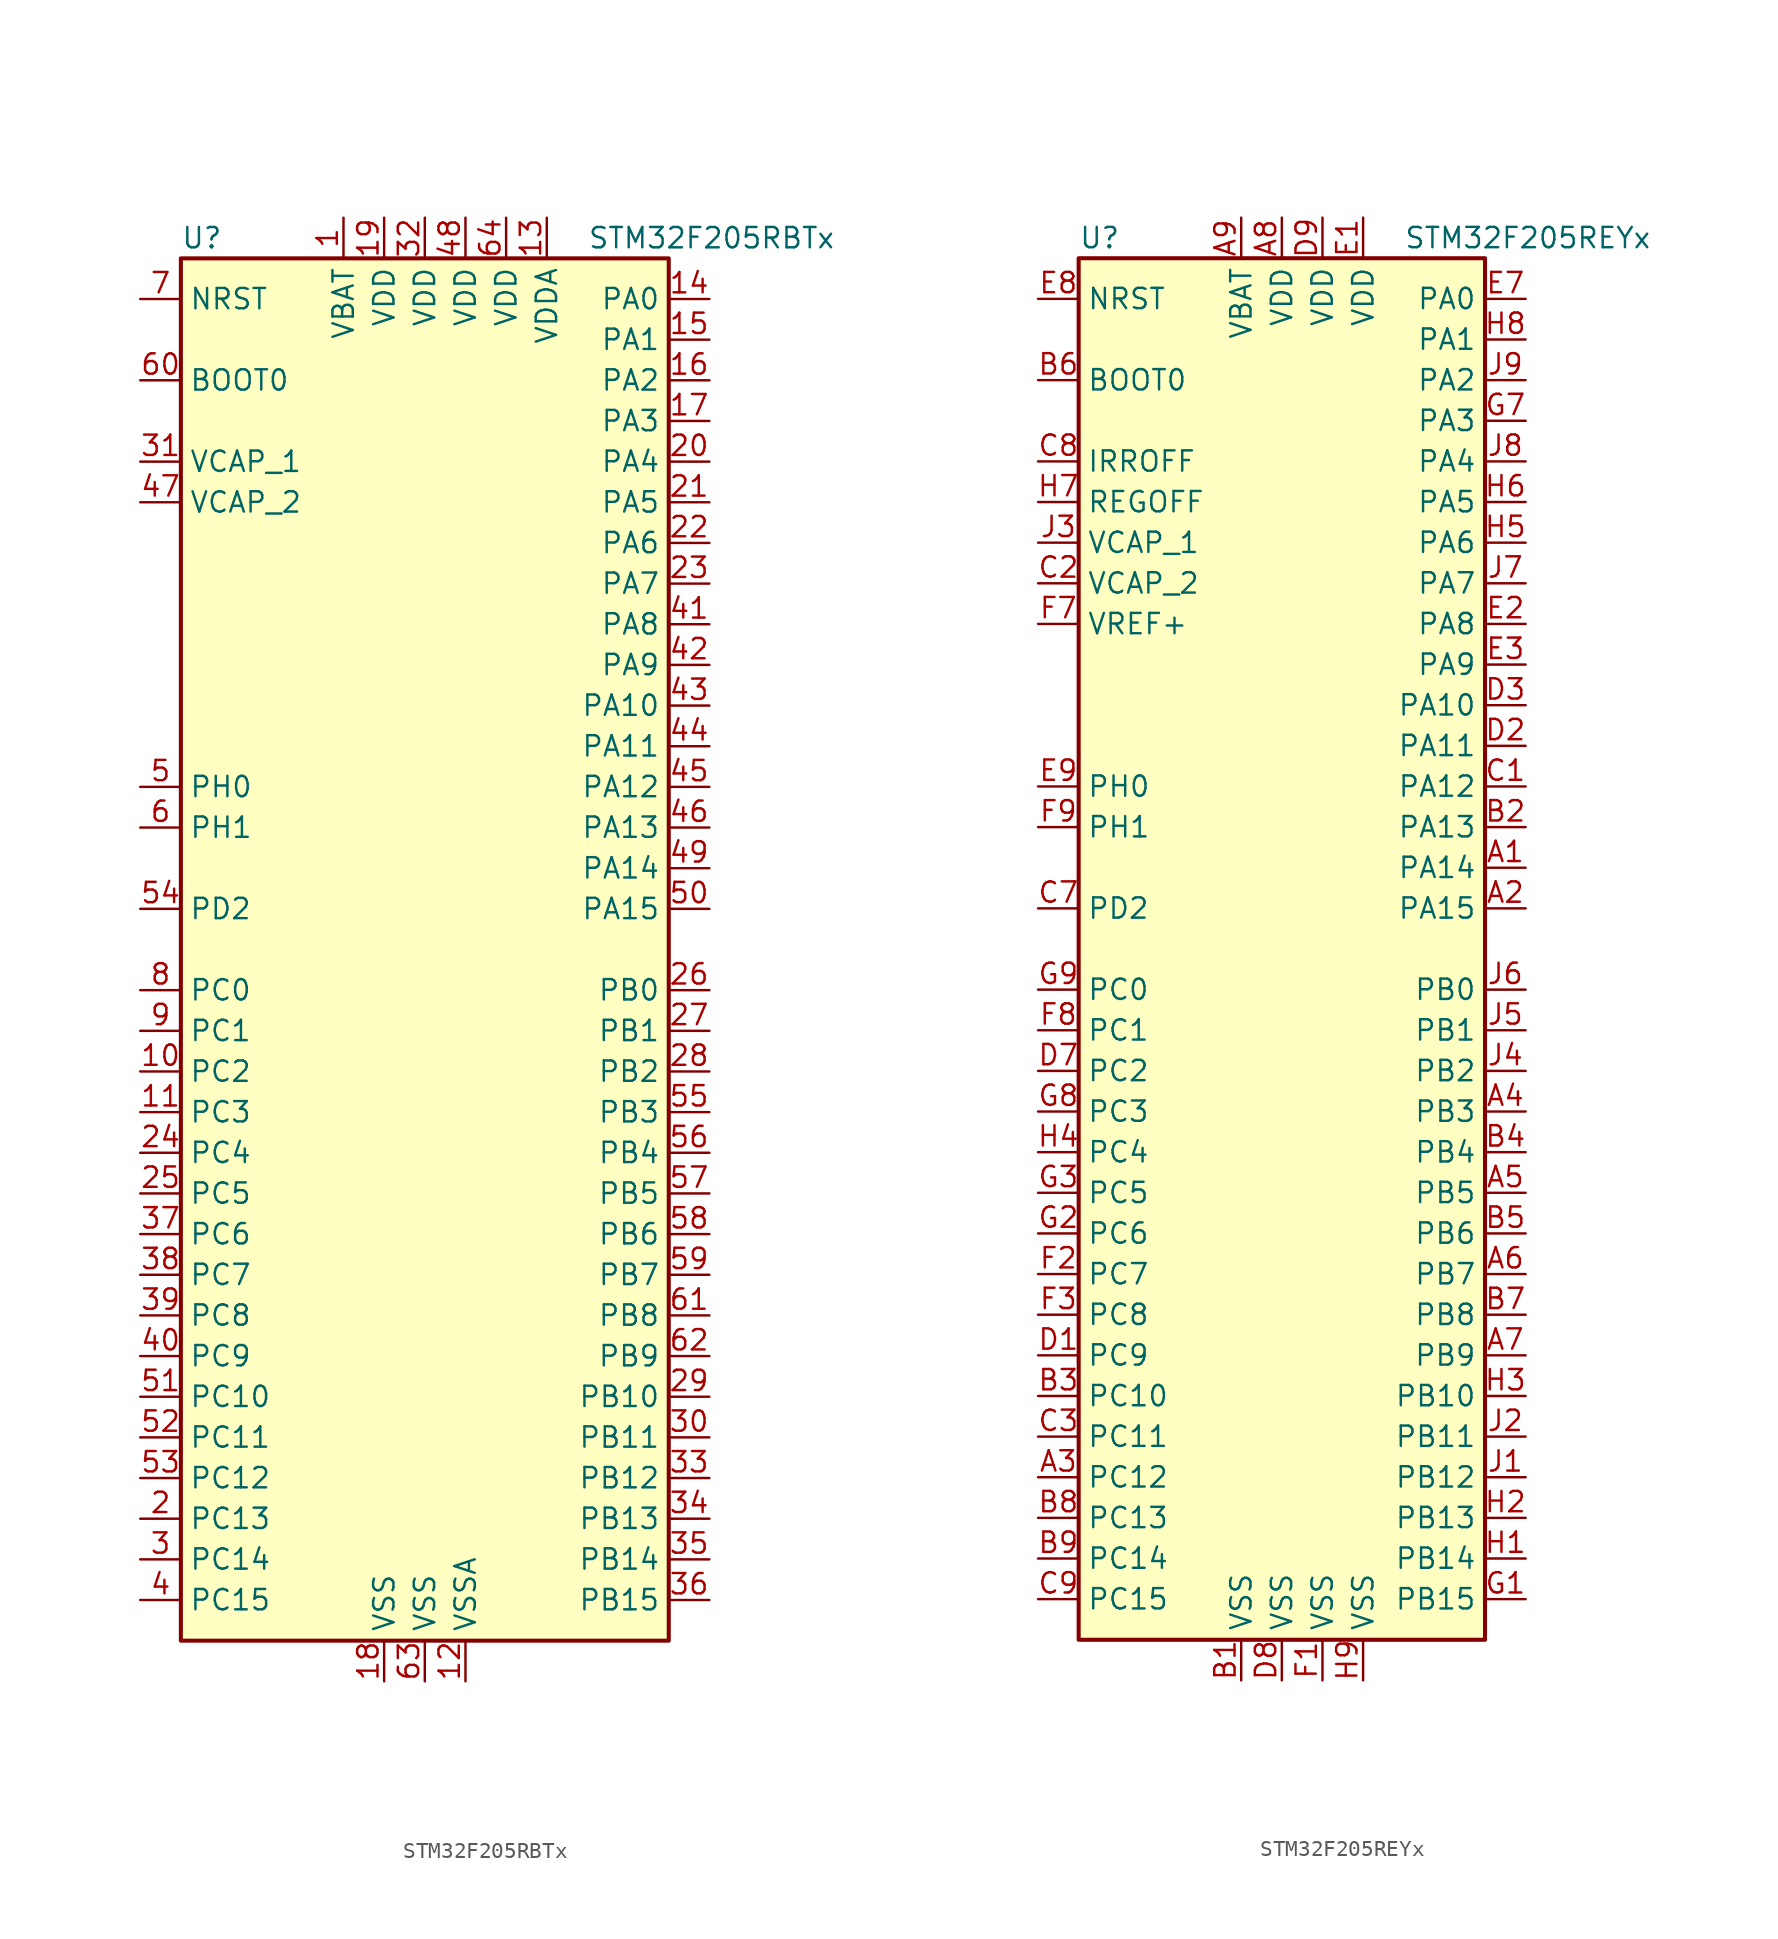
<source format=kicad_sym>
(kicad_symbol_lib
  (version 20201005)
  (generator kicad_symbol_editor)
  (symbol "MCU_ST_STM32F2:STM32F205RBTx"
    (property "Reference" "U"
      (at -15.24 44.45 0)
      (effects (font (size 1.27 1.27)) (justify left)))
    (property "Value" "STM32F205RBTx"
      (at 10.16 44.45 0)
      (effects (font (size 1.27 1.27)) (justify left)))
    (symbol "STM32F205RBTx_0_1"
      (rectangle (start -15.24 -43.18) (end 15.24 43.18) (stroke (width 0.254)) (fill (type background))))
    (symbol "STM32F205RBTx_1_1"
      (pin input line (at -17.78 35.56 0) (length 2.54) (name "BOOT0" (effects (font (size 1.27 1.27)))) (number "60" (effects (font (size 1.27 1.27)))))
      (pin input line (at -17.78 40.64 0) (length 2.54) (name "NRST" (effects (font (size 1.27 1.27)))) (number "7" (effects (font (size 1.27 1.27)))))
      (pin bidirectional line (at 17.78 40.64 180) (length 2.54) (name "PA0" (effects (font (size 1.27 1.27)))) (number "14" (effects (font (size 1.27 1.27)))))
      (pin bidirectional line (at 17.78 38.1 180) (length 2.54) (name "PA1" (effects (font (size 1.27 1.27)))) (number "15" (effects (font (size 1.27 1.27)))))
      (pin bidirectional line (at 17.78 15.24 180) (length 2.54) (name "PA10" (effects (font (size 1.27 1.27)))) (number "43" (effects (font (size 1.27 1.27)))))
      (pin bidirectional line (at 17.78 12.7 180) (length 2.54) (name "PA11" (effects (font (size 1.27 1.27)))) (number "44" (effects (font (size 1.27 1.27)))))
      (pin bidirectional line (at 17.78 10.16 180) (length 2.54) (name "PA12" (effects (font (size 1.27 1.27)))) (number "45" (effects (font (size 1.27 1.27)))))
      (pin bidirectional line (at 17.78 7.62 180) (length 2.54) (name "PA13" (effects (font (size 1.27 1.27)))) (number "46" (effects (font (size 1.27 1.27)))))
      (pin bidirectional line (at 17.78 5.08 180) (length 2.54) (name "PA14" (effects (font (size 1.27 1.27)))) (number "49" (effects (font (size 1.27 1.27)))))
      (pin bidirectional line (at 17.78 2.54 180) (length 2.54) (name "PA15" (effects (font (size 1.27 1.27)))) (number "50" (effects (font (size 1.27 1.27)))))
      (pin bidirectional line (at 17.78 35.56 180) (length 2.54) (name "PA2" (effects (font (size 1.27 1.27)))) (number "16" (effects (font (size 1.27 1.27)))))
      (pin bidirectional line (at 17.78 33.02 180) (length 2.54) (name "PA3" (effects (font (size 1.27 1.27)))) (number "17" (effects (font (size 1.27 1.27)))))
      (pin bidirectional line (at 17.78 30.48 180) (length 2.54) (name "PA4" (effects (font (size 1.27 1.27)))) (number "20" (effects (font (size 1.27 1.27)))))
      (pin bidirectional line (at 17.78 27.94 180) (length 2.54) (name "PA5" (effects (font (size 1.27 1.27)))) (number "21" (effects (font (size 1.27 1.27)))))
      (pin bidirectional line (at 17.78 25.4 180) (length 2.54) (name "PA6" (effects (font (size 1.27 1.27)))) (number "22" (effects (font (size 1.27 1.27)))))
      (pin bidirectional line (at 17.78 22.86 180) (length 2.54) (name "PA7" (effects (font (size 1.27 1.27)))) (number "23" (effects (font (size 1.27 1.27)))))
      (pin bidirectional line (at 17.78 20.32 180) (length 2.54) (name "PA8" (effects (font (size 1.27 1.27)))) (number "41" (effects (font (size 1.27 1.27)))))
      (pin bidirectional line (at 17.78 17.78 180) (length 2.54) (name "PA9" (effects (font (size 1.27 1.27)))) (number "42" (effects (font (size 1.27 1.27)))))
      (pin bidirectional line (at 17.78 -2.54 180) (length 2.54) (name "PB0" (effects (font (size 1.27 1.27)))) (number "26" (effects (font (size 1.27 1.27)))))
      (pin bidirectional line (at 17.78 -5.08 180) (length 2.54) (name "PB1" (effects (font (size 1.27 1.27)))) (number "27" (effects (font (size 1.27 1.27)))))
      (pin bidirectional line (at 17.78 -27.94 180) (length 2.54) (name "PB10" (effects (font (size 1.27 1.27)))) (number "29" (effects (font (size 1.27 1.27)))))
      (pin bidirectional line (at 17.78 -30.48 180) (length 2.54) (name "PB11" (effects (font (size 1.27 1.27)))) (number "30" (effects (font (size 1.27 1.27)))))
      (pin bidirectional line (at 17.78 -33.02 180) (length 2.54) (name "PB12" (effects (font (size 1.27 1.27)))) (number "33" (effects (font (size 1.27 1.27)))))
      (pin bidirectional line (at 17.78 -35.56 180) (length 2.54) (name "PB13" (effects (font (size 1.27 1.27)))) (number "34" (effects (font (size 1.27 1.27)))))
      (pin bidirectional line (at 17.78 -38.1 180) (length 2.54) (name "PB14" (effects (font (size 1.27 1.27)))) (number "35" (effects (font (size 1.27 1.27)))))
      (pin bidirectional line (at 17.78 -40.64 180) (length 2.54) (name "PB15" (effects (font (size 1.27 1.27)))) (number "36" (effects (font (size 1.27 1.27)))))
      (pin bidirectional line (at 17.78 -7.62 180) (length 2.54) (name "PB2" (effects (font (size 1.27 1.27)))) (number "28" (effects (font (size 1.27 1.27)))))
      (pin bidirectional line (at 17.78 -10.16 180) (length 2.54) (name "PB3" (effects (font (size 1.27 1.27)))) (number "55" (effects (font (size 1.27 1.27)))))
      (pin bidirectional line (at 17.78 -12.7 180) (length 2.54) (name "PB4" (effects (font (size 1.27 1.27)))) (number "56" (effects (font (size 1.27 1.27)))))
      (pin bidirectional line (at 17.78 -15.24 180) (length 2.54) (name "PB5" (effects (font (size 1.27 1.27)))) (number "57" (effects (font (size 1.27 1.27)))))
      (pin bidirectional line (at 17.78 -17.78 180) (length 2.54) (name "PB6" (effects (font (size 1.27 1.27)))) (number "58" (effects (font (size 1.27 1.27)))))
      (pin bidirectional line (at 17.78 -20.32 180) (length 2.54) (name "PB7" (effects (font (size 1.27 1.27)))) (number "59" (effects (font (size 1.27 1.27)))))
      (pin bidirectional line (at 17.78 -22.86 180) (length 2.54) (name "PB8" (effects (font (size 1.27 1.27)))) (number "61" (effects (font (size 1.27 1.27)))))
      (pin bidirectional line (at 17.78 -25.4 180) (length 2.54) (name "PB9" (effects (font (size 1.27 1.27)))) (number "62" (effects (font (size 1.27 1.27)))))
      (pin bidirectional line (at -17.78 -2.54 0) (length 2.54) (name "PC0" (effects (font (size 1.27 1.27)))) (number "8" (effects (font (size 1.27 1.27)))))
      (pin bidirectional line (at -17.78 -5.08 0) (length 2.54) (name "PC1" (effects (font (size 1.27 1.27)))) (number "9" (effects (font (size 1.27 1.27)))))
      (pin bidirectional line (at -17.78 -27.94 0) (length 2.54) (name "PC10" (effects (font (size 1.27 1.27)))) (number "51" (effects (font (size 1.27 1.27)))))
      (pin bidirectional line (at -17.78 -30.48 0) (length 2.54) (name "PC11" (effects (font (size 1.27 1.27)))) (number "52" (effects (font (size 1.27 1.27)))))
      (pin bidirectional line (at -17.78 -33.02 0) (length 2.54) (name "PC12" (effects (font (size 1.27 1.27)))) (number "53" (effects (font (size 1.27 1.27)))))
      (pin bidirectional line (at -17.78 -35.56 0) (length 2.54) (name "PC13" (effects (font (size 1.27 1.27)))) (number "2" (effects (font (size 1.27 1.27)))))
      (pin bidirectional line (at -17.78 -38.1 0) (length 2.54) (name "PC14" (effects (font (size 1.27 1.27)))) (number "3" (effects (font (size 1.27 1.27)))))
      (pin bidirectional line (at -17.78 -40.64 0) (length 2.54) (name "PC15" (effects (font (size 1.27 1.27)))) (number "4" (effects (font (size 1.27 1.27)))))
      (pin bidirectional line (at -17.78 -7.62 0) (length 2.54) (name "PC2" (effects (font (size 1.27 1.27)))) (number "10" (effects (font (size 1.27 1.27)))))
      (pin bidirectional line (at -17.78 -10.16 0) (length 2.54) (name "PC3" (effects (font (size 1.27 1.27)))) (number "11" (effects (font (size 1.27 1.27)))))
      (pin bidirectional line (at -17.78 -12.7 0) (length 2.54) (name "PC4" (effects (font (size 1.27 1.27)))) (number "24" (effects (font (size 1.27 1.27)))))
      (pin bidirectional line (at -17.78 -15.24 0) (length 2.54) (name "PC5" (effects (font (size 1.27 1.27)))) (number "25" (effects (font (size 1.27 1.27)))))
      (pin bidirectional line (at -17.78 -17.78 0) (length 2.54) (name "PC6" (effects (font (size 1.27 1.27)))) (number "37" (effects (font (size 1.27 1.27)))))
      (pin bidirectional line (at -17.78 -20.32 0) (length 2.54) (name "PC7" (effects (font (size 1.27 1.27)))) (number "38" (effects (font (size 1.27 1.27)))))
      (pin bidirectional line (at -17.78 -22.86 0) (length 2.54) (name "PC8" (effects (font (size 1.27 1.27)))) (number "39" (effects (font (size 1.27 1.27)))))
      (pin bidirectional line (at -17.78 -25.4 0) (length 2.54) (name "PC9" (effects (font (size 1.27 1.27)))) (number "40" (effects (font (size 1.27 1.27)))))
      (pin bidirectional line (at -17.78 2.54 0) (length 2.54) (name "PD2" (effects (font (size 1.27 1.27)))) (number "54" (effects (font (size 1.27 1.27)))))
      (pin input line (at -17.78 10.16 0) (length 2.54) (name "PH0" (effects (font (size 1.27 1.27)))) (number "5" (effects (font (size 1.27 1.27)))))
      (pin input line (at -17.78 7.62 0) (length 2.54) (name "PH1" (effects (font (size 1.27 1.27)))) (number "6" (effects (font (size 1.27 1.27)))))
      (pin power_in line (at -5.08 45.72 270) (length 2.54) (name "VBAT" (effects (font (size 1.27 1.27)))) (number "1" (effects (font (size 1.27 1.27)))))
      (pin power_in line (at -17.78 30.48 0) (length 2.54) (name "VCAP_1" (effects (font (size 1.27 1.27)))) (number "31" (effects (font (size 1.27 1.27)))))
      (pin power_in line (at -17.78 27.94 0) (length 2.54) (name "VCAP_2" (effects (font (size 1.27 1.27)))) (number "47" (effects (font (size 1.27 1.27)))))
      (pin power_in line (at -2.54 45.72 270) (length 2.54) (name "VDD" (effects (font (size 1.27 1.27)))) (number "19" (effects (font (size 1.27 1.27)))))
      (pin power_in line (at 0 45.72 270) (length 2.54) (name "VDD" (effects (font (size 1.27 1.27)))) (number "32" (effects (font (size 1.27 1.27)))))
      (pin power_in line (at 2.54 45.72 270) (length 2.54) (name "VDD" (effects (font (size 1.27 1.27)))) (number "48" (effects (font (size 1.27 1.27)))))
      (pin power_in line (at 5.08 45.72 270) (length 2.54) (name "VDD" (effects (font (size 1.27 1.27)))) (number "64" (effects (font (size 1.27 1.27)))))
      (pin power_in line (at 7.62 45.72 270) (length 2.54) (name "VDDA" (effects (font (size 1.27 1.27)))) (number "13" (effects (font (size 1.27 1.27)))))
      (pin power_in line (at -2.54 -45.72 90) (length 2.54) (name "VSS" (effects (font (size 1.27 1.27)))) (number "18" (effects (font (size 1.27 1.27)))))
      (pin power_in line (at 0 -45.72 90) (length 2.54) (name "VSS" (effects (font (size 1.27 1.27)))) (number "63" (effects (font (size 1.27 1.27)))))
      (pin power_in line (at 2.54 -45.72 90) (length 2.54) (name "VSSA" (effects (font (size 1.27 1.27)))) (number "12" (effects (font (size 1.27 1.27)))))))
  (symbol "MCU_ST_STM32F2:STM32F205REYx"
    (property "Reference" "U"
      (at -12.7 44.45 0)
      (effects (font (size 1.27 1.27)) (justify left)))
    (property "Value" "STM32F205REYx"
      (at 7.62 44.45 0)
      (effects (font (size 1.27 1.27)) (justify left)))
    (symbol "STM32F205REYx_0_1"
      (rectangle (start -12.7 -43.18) (end 12.7 43.18) (stroke (width 0.254)) (fill (type background))))
    (symbol "STM32F205REYx_1_1"
      (pin input line (at -15.24 35.56 0) (length 2.54) (name "BOOT0" (effects (font (size 1.27 1.27)))) (number "B6" (effects (font (size 1.27 1.27)))))
      (pin power_in line (at -15.24 30.48 0) (length 2.54) (name "IRROFF" (effects (font (size 1.27 1.27)))) (number "C8" (effects (font (size 1.27 1.27)))))
      (pin input line (at -15.24 40.64 0) (length 2.54) (name "NRST" (effects (font (size 1.27 1.27)))) (number "E8" (effects (font (size 1.27 1.27)))))
      (pin bidirectional line (at 15.24 40.64 180) (length 2.54) (name "PA0" (effects (font (size 1.27 1.27)))) (number "E7" (effects (font (size 1.27 1.27)))))
      (pin bidirectional line (at 15.24 38.1 180) (length 2.54) (name "PA1" (effects (font (size 1.27 1.27)))) (number "H8" (effects (font (size 1.27 1.27)))))
      (pin bidirectional line (at 15.24 15.24 180) (length 2.54) (name "PA10" (effects (font (size 1.27 1.27)))) (number "D3" (effects (font (size 1.27 1.27)))))
      (pin bidirectional line (at 15.24 12.7 180) (length 2.54) (name "PA11" (effects (font (size 1.27 1.27)))) (number "D2" (effects (font (size 1.27 1.27)))))
      (pin bidirectional line (at 15.24 10.16 180) (length 2.54) (name "PA12" (effects (font (size 1.27 1.27)))) (number "C1" (effects (font (size 1.27 1.27)))))
      (pin bidirectional line (at 15.24 7.62 180) (length 2.54) (name "PA13" (effects (font (size 1.27 1.27)))) (number "B2" (effects (font (size 1.27 1.27)))))
      (pin bidirectional line (at 15.24 5.08 180) (length 2.54) (name "PA14" (effects (font (size 1.27 1.27)))) (number "A1" (effects (font (size 1.27 1.27)))))
      (pin bidirectional line (at 15.24 2.54 180) (length 2.54) (name "PA15" (effects (font (size 1.27 1.27)))) (number "A2" (effects (font (size 1.27 1.27)))))
      (pin bidirectional line (at 15.24 35.56 180) (length 2.54) (name "PA2" (effects (font (size 1.27 1.27)))) (number "J9" (effects (font (size 1.27 1.27)))))
      (pin bidirectional line (at 15.24 33.02 180) (length 2.54) (name "PA3" (effects (font (size 1.27 1.27)))) (number "G7" (effects (font (size 1.27 1.27)))))
      (pin bidirectional line (at 15.24 30.48 180) (length 2.54) (name "PA4" (effects (font (size 1.27 1.27)))) (number "J8" (effects (font (size 1.27 1.27)))))
      (pin bidirectional line (at 15.24 27.94 180) (length 2.54) (name "PA5" (effects (font (size 1.27 1.27)))) (number "H6" (effects (font (size 1.27 1.27)))))
      (pin bidirectional line (at 15.24 25.4 180) (length 2.54) (name "PA6" (effects (font (size 1.27 1.27)))) (number "H5" (effects (font (size 1.27 1.27)))))
      (pin bidirectional line (at 15.24 22.86 180) (length 2.54) (name "PA7" (effects (font (size 1.27 1.27)))) (number "J7" (effects (font (size 1.27 1.27)))))
      (pin bidirectional line (at 15.24 20.32 180) (length 2.54) (name "PA8" (effects (font (size 1.27 1.27)))) (number "E2" (effects (font (size 1.27 1.27)))))
      (pin bidirectional line (at 15.24 17.78 180) (length 2.54) (name "PA9" (effects (font (size 1.27 1.27)))) (number "E3" (effects (font (size 1.27 1.27)))))
      (pin bidirectional line (at 15.24 -2.54 180) (length 2.54) (name "PB0" (effects (font (size 1.27 1.27)))) (number "J6" (effects (font (size 1.27 1.27)))))
      (pin bidirectional line (at 15.24 -5.08 180) (length 2.54) (name "PB1" (effects (font (size 1.27 1.27)))) (number "J5" (effects (font (size 1.27 1.27)))))
      (pin bidirectional line (at 15.24 -27.94 180) (length 2.54) (name "PB10" (effects (font (size 1.27 1.27)))) (number "H3" (effects (font (size 1.27 1.27)))))
      (pin bidirectional line (at 15.24 -30.48 180) (length 2.54) (name "PB11" (effects (font (size 1.27 1.27)))) (number "J2" (effects (font (size 1.27 1.27)))))
      (pin bidirectional line (at 15.24 -33.02 180) (length 2.54) (name "PB12" (effects (font (size 1.27 1.27)))) (number "J1" (effects (font (size 1.27 1.27)))))
      (pin bidirectional line (at 15.24 -35.56 180) (length 2.54) (name "PB13" (effects (font (size 1.27 1.27)))) (number "H2" (effects (font (size 1.27 1.27)))))
      (pin bidirectional line (at 15.24 -38.1 180) (length 2.54) (name "PB14" (effects (font (size 1.27 1.27)))) (number "H1" (effects (font (size 1.27 1.27)))))
      (pin bidirectional line (at 15.24 -40.64 180) (length 2.54) (name "PB15" (effects (font (size 1.27 1.27)))) (number "G1" (effects (font (size 1.27 1.27)))))
      (pin bidirectional line (at 15.24 -7.62 180) (length 2.54) (name "PB2" (effects (font (size 1.27 1.27)))) (number "J4" (effects (font (size 1.27 1.27)))))
      (pin bidirectional line (at 15.24 -10.16 180) (length 2.54) (name "PB3" (effects (font (size 1.27 1.27)))) (number "A4" (effects (font (size 1.27 1.27)))))
      (pin bidirectional line (at 15.24 -12.7 180) (length 2.54) (name "PB4" (effects (font (size 1.27 1.27)))) (number "B4" (effects (font (size 1.27 1.27)))))
      (pin bidirectional line (at 15.24 -15.24 180) (length 2.54) (name "PB5" (effects (font (size 1.27 1.27)))) (number "A5" (effects (font (size 1.27 1.27)))))
      (pin bidirectional line (at 15.24 -17.78 180) (length 2.54) (name "PB6" (effects (font (size 1.27 1.27)))) (number "B5" (effects (font (size 1.27 1.27)))))
      (pin bidirectional line (at 15.24 -20.32 180) (length 2.54) (name "PB7" (effects (font (size 1.27 1.27)))) (number "A6" (effects (font (size 1.27 1.27)))))
      (pin bidirectional line (at 15.24 -22.86 180) (length 2.54) (name "PB8" (effects (font (size 1.27 1.27)))) (number "B7" (effects (font (size 1.27 1.27)))))
      (pin bidirectional line (at 15.24 -25.4 180) (length 2.54) (name "PB9" (effects (font (size 1.27 1.27)))) (number "A7" (effects (font (size 1.27 1.27)))))
      (pin bidirectional line (at -15.24 -2.54 0) (length 2.54) (name "PC0" (effects (font (size 1.27 1.27)))) (number "G9" (effects (font (size 1.27 1.27)))))
      (pin bidirectional line (at -15.24 -5.08 0) (length 2.54) (name "PC1" (effects (font (size 1.27 1.27)))) (number "F8" (effects (font (size 1.27 1.27)))))
      (pin bidirectional line (at -15.24 -27.94 0) (length 2.54) (name "PC10" (effects (font (size 1.27 1.27)))) (number "B3" (effects (font (size 1.27 1.27)))))
      (pin bidirectional line (at -15.24 -30.48 0) (length 2.54) (name "PC11" (effects (font (size 1.27 1.27)))) (number "C3" (effects (font (size 1.27 1.27)))))
      (pin bidirectional line (at -15.24 -33.02 0) (length 2.54) (name "PC12" (effects (font (size 1.27 1.27)))) (number "A3" (effects (font (size 1.27 1.27)))))
      (pin bidirectional line (at -15.24 -35.56 0) (length 2.54) (name "PC13" (effects (font (size 1.27 1.27)))) (number "B8" (effects (font (size 1.27 1.27)))))
      (pin bidirectional line (at -15.24 -38.1 0) (length 2.54) (name "PC14" (effects (font (size 1.27 1.27)))) (number "B9" (effects (font (size 1.27 1.27)))))
      (pin bidirectional line (at -15.24 -40.64 0) (length 2.54) (name "PC15" (effects (font (size 1.27 1.27)))) (number "C9" (effects (font (size 1.27 1.27)))))
      (pin bidirectional line (at -15.24 -7.62 0) (length 2.54) (name "PC2" (effects (font (size 1.27 1.27)))) (number "D7" (effects (font (size 1.27 1.27)))))
      (pin bidirectional line (at -15.24 -10.16 0) (length 2.54) (name "PC3" (effects (font (size 1.27 1.27)))) (number "G8" (effects (font (size 1.27 1.27)))))
      (pin bidirectional line (at -15.24 -12.7 0) (length 2.54) (name "PC4" (effects (font (size 1.27 1.27)))) (number "H4" (effects (font (size 1.27 1.27)))))
      (pin bidirectional line (at -15.24 -15.24 0) (length 2.54) (name "PC5" (effects (font (size 1.27 1.27)))) (number "G3" (effects (font (size 1.27 1.27)))))
      (pin bidirectional line (at -15.24 -17.78 0) (length 2.54) (name "PC6" (effects (font (size 1.27 1.27)))) (number "G2" (effects (font (size 1.27 1.27)))))
      (pin bidirectional line (at -15.24 -20.32 0) (length 2.54) (name "PC7" (effects (font (size 1.27 1.27)))) (number "F2" (effects (font (size 1.27 1.27)))))
      (pin bidirectional line (at -15.24 -22.86 0) (length 2.54) (name "PC8" (effects (font (size 1.27 1.27)))) (number "F3" (effects (font (size 1.27 1.27)))))
      (pin bidirectional line (at -15.24 -25.4 0) (length 2.54) (name "PC9" (effects (font (size 1.27 1.27)))) (number "D1" (effects (font (size 1.27 1.27)))))
      (pin bidirectional line (at -15.24 2.54 0) (length 2.54) (name "PD2" (effects (font (size 1.27 1.27)))) (number "C7" (effects (font (size 1.27 1.27)))))
      (pin input line (at -15.24 10.16 0) (length 2.54) (name "PH0" (effects (font (size 1.27 1.27)))) (number "E9" (effects (font (size 1.27 1.27)))))
      (pin input line (at -15.24 7.62 0) (length 2.54) (name "PH1" (effects (font (size 1.27 1.27)))) (number "F9" (effects (font (size 1.27 1.27)))))
      (pin power_in line (at -15.24 27.94 0) (length 2.54) (name "REGOFF" (effects (font (size 1.27 1.27)))) (number "H7" (effects (font (size 1.27 1.27)))))
      (pin power_in line (at -2.54 45.72 270) (length 2.54) (name "VBAT" (effects (font (size 1.27 1.27)))) (number "A9" (effects (font (size 1.27 1.27)))))
      (pin power_in line (at -15.24 25.4 0) (length 2.54) (name "VCAP_1" (effects (font (size 1.27 1.27)))) (number "J3" (effects (font (size 1.27 1.27)))))
      (pin power_in line (at -15.24 22.86 0) (length 2.54) (name "VCAP_2" (effects (font (size 1.27 1.27)))) (number "C2" (effects (font (size 1.27 1.27)))))
      (pin power_in line (at 0 45.72 270) (length 2.54) (name "VDD" (effects (font (size 1.27 1.27)))) (number "A8" (effects (font (size 1.27 1.27)))))
      (pin power_in line (at 2.54 45.72 270) (length 2.54) (name "VDD" (effects (font (size 1.27 1.27)))) (number "D9" (effects (font (size 1.27 1.27)))))
      (pin power_in line (at 5.08 45.72 270) (length 2.54) (name "VDD" (effects (font (size 1.27 1.27)))) (number "E1" (effects (font (size 1.27 1.27)))))
      (pin power_in line (at -15.24 20.32 0) (length 2.54) (name "VREF+" (effects (font (size 1.27 1.27)))) (number "F7" (effects (font (size 1.27 1.27)))))
      (pin power_in line (at -2.54 -45.72 90) (length 2.54) (name "VSS" (effects (font (size 1.27 1.27)))) (number "B1" (effects (font (size 1.27 1.27)))))
      (pin power_in line (at 0 -45.72 90) (length 2.54) (name "VSS" (effects (font (size 1.27 1.27)))) (number "D8" (effects (font (size 1.27 1.27)))))
      (pin power_in line (at 2.54 -45.72 90) (length 2.54) (name "VSS" (effects (font (size 1.27 1.27)))) (number "F1" (effects (font (size 1.27 1.27)))))
      (pin power_in line (at 5.08 -45.72 90) (length 2.54) (name "VSS" (effects (font (size 1.27 1.27)))) (number "H9" (effects (font (size 1.27 1.27))))))))
</source>
